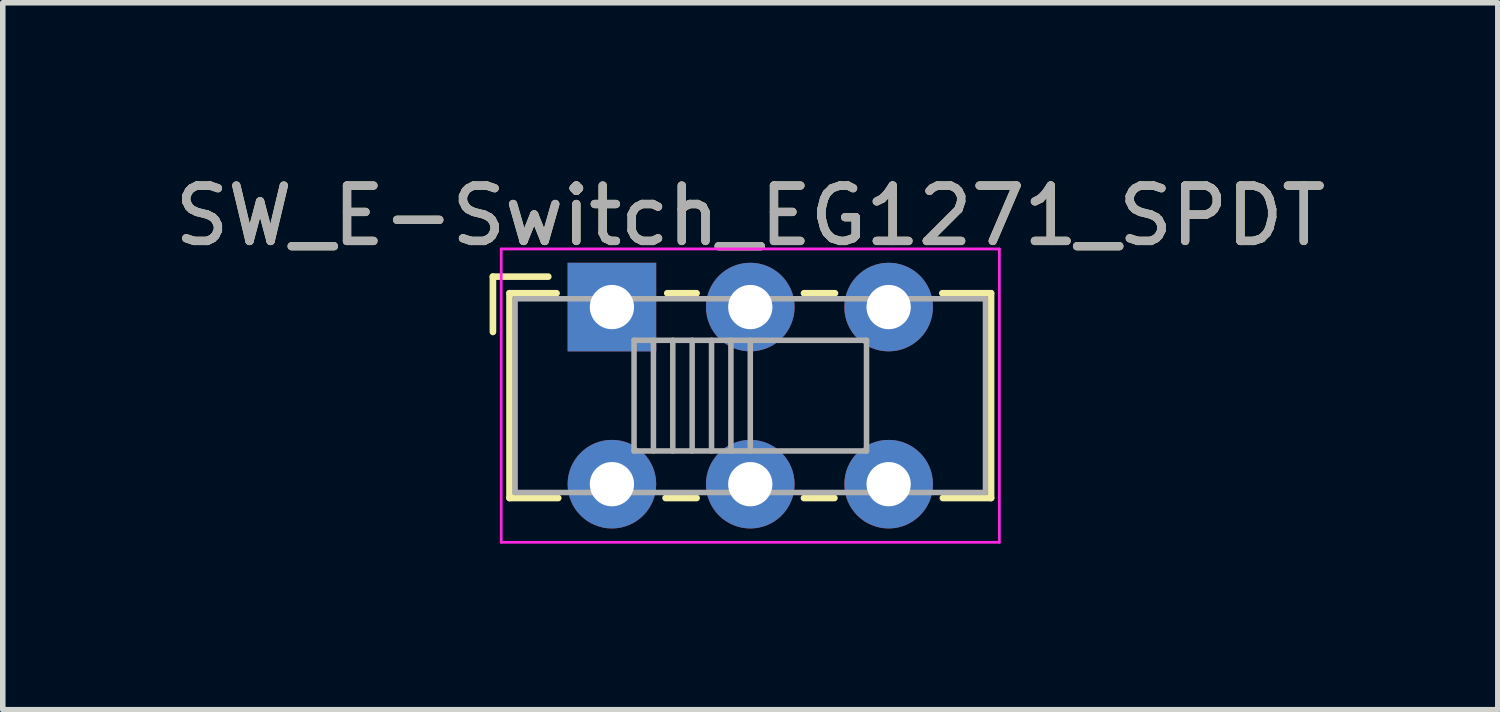
<source format=kicad_pcb>
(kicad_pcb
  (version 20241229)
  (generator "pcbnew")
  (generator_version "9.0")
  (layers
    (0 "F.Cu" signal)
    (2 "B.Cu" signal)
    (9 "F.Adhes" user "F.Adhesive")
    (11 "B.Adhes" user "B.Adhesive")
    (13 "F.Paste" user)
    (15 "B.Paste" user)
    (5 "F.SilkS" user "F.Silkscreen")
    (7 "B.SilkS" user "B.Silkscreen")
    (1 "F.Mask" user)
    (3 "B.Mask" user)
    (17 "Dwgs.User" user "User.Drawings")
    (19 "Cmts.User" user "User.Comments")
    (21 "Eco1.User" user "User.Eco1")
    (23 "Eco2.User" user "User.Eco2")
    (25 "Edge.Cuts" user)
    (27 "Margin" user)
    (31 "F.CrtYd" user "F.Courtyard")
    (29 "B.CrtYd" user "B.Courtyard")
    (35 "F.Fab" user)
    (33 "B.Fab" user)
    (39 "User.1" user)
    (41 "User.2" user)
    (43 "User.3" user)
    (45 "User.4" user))
  (footprint "SW_E-Switch_EG1271_SPDT"
    (layer "F.Cu")
    (at 8.006 2.498)
    (property "Reference" "SW_E-Switch_EG1271_SPDT" (at 2.5 -1.65 0) (layer "F.SilkS") (effects (font (size 1 1) (thickness 0.15))))
    (attr through_hole)
    (fp_line (start -2.15 -0.55) (end -1.15 -0.55) (stroke (width 0.12) (type solid)) (layer "F.SilkS"))
    (fp_line (start -2.15 0.45) (end -2.15 -0.55) (stroke (width 0.12) (type solid)) (layer "F.SilkS"))
    (fp_line (start -1.85 -0.25) (end -1 -0.25) (stroke (width 0.12) (type solid)) (layer "F.SilkS"))
    (fp_line (start -1.85 3.45) (end -1.85 -0.25) (stroke (width 0.12) (type solid)) (layer "F.SilkS"))
    (fp_line (start -0.97 3.45) (end -1.85 3.45) (stroke (width 0.12) (type solid)) (layer "F.SilkS"))
    (fp_line (start 1 -0.25) (end 1.53 -0.25) (stroke (width 0.12) (type solid)) (layer "F.SilkS"))
    (fp_line (start 1.53 3.45) (end 0.97 3.45) (stroke (width 0.12) (type solid)) (layer "F.SilkS"))
    (fp_line (start 3.47 -0.25) (end 4.03 -0.25) (stroke (width 0.12) (type solid)) (layer "F.SilkS"))
    (fp_line (start 4.02 3.45) (end 3.47 3.45) (stroke (width 0.12) (type solid)) (layer "F.SilkS"))
    (fp_line (start 5.97 -0.25) (end 6.85 -0.25) (stroke (width 0.12) (type solid)) (layer "F.SilkS"))
    (fp_line (start 6.85 -0.25) (end 6.85 3.45) (stroke (width 0.12) (type solid)) (layer "F.SilkS"))
    (fp_line (start 6.85 3.45) (end 5.98 3.45) (stroke (width 0.12) (type solid)) (layer "F.SilkS"))
    (fp_line (start -2 -1.05) (end 7 -1.05) (stroke (width 0.05) (type solid)) (layer "F.CrtYd"))
    (fp_line (start -2 4.25) (end -2 -1.05) (stroke (width 0.05) (type solid)) (layer "F.CrtYd"))
    (fp_line (start 7 -1.05) (end 7 4.25) (stroke (width 0.05) (type solid)) (layer "F.CrtYd"))
    (fp_line (start 7 4.25) (end -2 4.25) (stroke (width 0.05) (type solid)) (layer "F.CrtYd"))
    (fp_line (start -1.75 -0.15) (end -1.75 3.35) (stroke (width 0.1) (type solid)) (layer "F.Fab"))
    (fp_line (start -1.75 -0.15) (end 6.75 -0.15) (stroke (width 0.1) (type solid)) (layer "F.Fab"))
    (fp_line (start 0.4 0.6) (end 0.4 2.6) (stroke (width 0.1) (type solid)) (layer "F.Fab"))
    (fp_line (start 0.4 0.6) (end 4.6 0.6) (stroke (width 0.1) (type solid)) (layer "F.Fab"))
    (fp_line (start 0.75 0.6) (end 0.75 2.6) (stroke (width 0.1) (type solid)) (layer "F.Fab"))
    (fp_line (start 1.1 0.6) (end 1.1 2.6) (stroke (width 0.1) (type solid)) (layer "F.Fab"))
    (fp_line (start 1.45 0.6) (end 1.45 2.6) (stroke (width 0.1) (type solid)) (layer "F.Fab"))
    (fp_line (start 1.8 0.6) (end 1.8 2.6) (stroke (width 0.1) (type solid)) (layer "F.Fab"))
    (fp_line (start 2.15 0.6) (end 2.15 2.6) (stroke (width 0.1) (type solid)) (layer "F.Fab"))
    (fp_line (start 2.5 0.6) (end 2.5 2.6) (stroke (width 0.1) (type solid)) (layer "F.Fab"))
    (fp_line (start 4.6 0.6) (end 4.6 2.6) (stroke (width 0.1) (type solid)) (layer "F.Fab"))
    (fp_line (start 4.6 2.6) (end 0.4 2.6) (stroke (width 0.1) (type solid)) (layer "F.Fab"))
    (fp_line (start 6.75 -0.15) (end 6.75 3.35) (stroke (width 0.1) (type solid)) (layer "F.Fab"))
    (fp_line (start 6.75 3.35) (end -1.75 3.35) (stroke (width 0.1) (type solid)) (layer "F.Fab"))
    (fp_text user "${REFERENCE}" (at 2.5 -1.65 0) (layer "F.Fab") (effects (font (size 1 1) (thickness 0.15))))
    (pad "1" thru_hole rect (at 0 0) (size 1.6 1.6) (drill 0.8) (layers "*.Cu" "*.Mask"))
    (pad "2" thru_hole circle (at 2.5 0) (size 1.6 1.6) (drill 0.8) (layers "*.Cu" "*.Mask"))
    (pad "3" thru_hole circle (at 5 0) (size 1.6 1.6) (drill 0.8) (layers "*.Cu" "*.Mask"))
    (pad "4" thru_hole circle (at 0 3.2) (size 1.6 1.6) (drill 0.8) (layers "*.Cu" "*.Mask"))
    (pad "5" thru_hole circle (at 2.5 3.2) (size 1.6 1.6) (drill 0.8) (layers "*.Cu" "*.Mask"))
    (pad "6" thru_hole circle (at 5 3.2) (size 1.6 1.6) (drill 0.8) (layers "*.Cu" "*.Mask")))
  (gr_rect
    (start -3 -3)
    (end 24.012 9.773)
    (stroke (width 0.1) (type default))
    (fill no)
    (layer "Edge.Cuts")))
</source>
